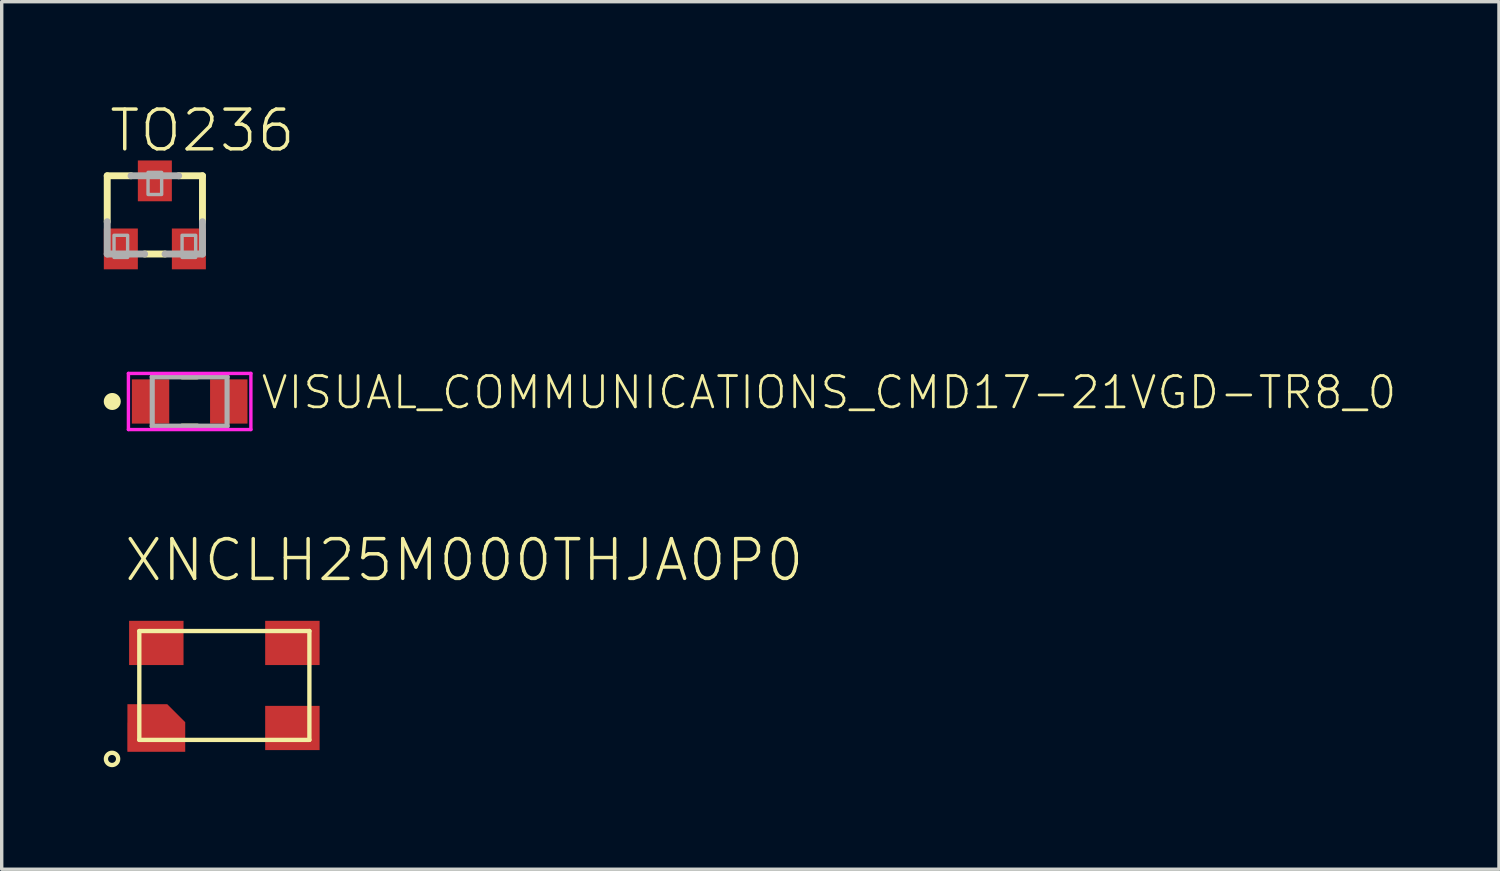
<source format=kicad_pcb>
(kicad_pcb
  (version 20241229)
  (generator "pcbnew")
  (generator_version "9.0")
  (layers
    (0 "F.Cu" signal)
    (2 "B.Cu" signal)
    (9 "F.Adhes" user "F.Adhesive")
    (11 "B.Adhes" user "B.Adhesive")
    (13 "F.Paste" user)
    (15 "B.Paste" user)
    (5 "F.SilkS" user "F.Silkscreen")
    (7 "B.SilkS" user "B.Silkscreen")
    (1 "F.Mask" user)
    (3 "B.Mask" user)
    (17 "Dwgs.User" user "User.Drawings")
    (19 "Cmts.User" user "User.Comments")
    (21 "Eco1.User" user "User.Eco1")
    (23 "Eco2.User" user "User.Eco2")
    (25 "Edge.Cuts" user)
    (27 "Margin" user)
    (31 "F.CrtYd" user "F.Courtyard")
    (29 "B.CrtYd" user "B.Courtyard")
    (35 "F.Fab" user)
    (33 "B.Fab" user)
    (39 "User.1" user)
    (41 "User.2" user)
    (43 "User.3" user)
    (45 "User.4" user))
  (footprint "XNCLH25M000THJA0P0"
    (layer "F.Cu")
    (at 3.545 17.1)
    (property "Reference" "XNCLH25M000THJA0P0" (at -3 -3 0) (unlocked yes) (layer "F.SilkS") (effects (font (size 1.168 1.168) (thickness 0.102)) (justify left bottom)))
    (fp_poly (pts (xy -1.15 1.079) (xy -1.15 1.95) (xy -2.85 1.95) (xy -2.85 0.55) (xy -1.679 0.55)) (stroke (width 0) (type default)) (fill yes) (layer "F.Cu"))
    (fp_line (start -2.5 -1.6) (end -2.5 1.6) (stroke (width 0.127) (type solid)) (layer "F.SilkS"))
    (fp_line (start -2.5 1.6) (end 2.5 1.6) (stroke (width 0.127) (type solid)) (layer "F.SilkS"))
    (fp_line (start 2.5 -1.6) (end -2.5 -1.6) (stroke (width 0.127) (type solid)) (layer "F.SilkS"))
    (fp_line (start 2.5 1.6) (end 2.5 -1.6) (stroke (width 0.127) (type solid)) (layer "F.SilkS"))
    (fp_circle (center -3.302 2.159) (end -3.122 2.159) (stroke (width 0.127) (type solid)) (fill no) (layer "F.SilkS"))
    (pad "P$1" smd rect (at -2 -1.25) (size 1.6 1.3) (layers "F.Cu" "F.Mask" "F.Paste"))
    (pad "P$2" smd rect (at 2 -1.25) (size 1.6 1.3) (layers "F.Cu" "F.Mask" "F.Paste"))
    (pad "P$3" smd rect (at 2 1.25) (size 1.6 1.3) (layers "F.Cu" "F.Mask" "F.Paste"))
    (pad "P$4" smd rect (at -2 1.5) (size 1.676 0.813) (layers "F.Cu" "F.Mask" "F.Paste")))
  (footprint "VISUAL_COMMUNICATIONS_CMD17-21VGD-TR8_0"
    (layer "F.Cu")
    (at 2.525 8.752)
    (property "Reference" "VISUAL_COMMUNICATIONS_CMD17-21VGD-TR8_0" (at 2.05 0.275 0) (unlocked yes) (layer "F.SilkS") (effects (font (size 0.92 0.92) (thickness 0.08)) (justify left bottom)))
    (fp_line (start -0.225 -0.725) (end 0.225 -0.725) (stroke (width 0.15) (type solid)) (layer "F.SilkS"))
    (fp_line (start -0.225 0.725) (end 0.225 0.725) (stroke (width 0.15) (type solid)) (layer "F.SilkS"))
    (fp_circle (center -2.275 0) (end -2.15 0) (stroke (width 0.25) (type solid)) (fill yes) (layer "F.SilkS"))
    (fp_line (start -1.8 -0.825) (end 1.8 -0.825) (stroke (width 0.1) (type solid)) (layer "F.CrtYd"))
    (fp_line (start -1.8 0.825) (end -1.8 -0.825) (stroke (width 0.1) (type solid)) (layer "F.CrtYd"))
    (fp_line (start 1.8 -0.825) (end 1.8 0.825) (stroke (width 0.1) (type solid)) (layer "F.CrtYd"))
    (fp_line (start 1.8 0.825) (end -1.8 0.825) (stroke (width 0.1) (type solid)) (layer "F.CrtYd"))
    (fp_line (start -1.1 -0.725) (end 1.1 -0.725) (stroke (width 0.15) (type solid)) (layer "F.Fab"))
    (fp_line (start -1.1 0.725) (end -1.1 -0.725) (stroke (width 0.15) (type solid)) (layer "F.Fab"))
    (fp_line (start 1.1 -0.725) (end 1.1 0.725) (stroke (width 0.15) (type solid)) (layer "F.Fab"))
    (fp_line (start 1.1 0.725) (end -1.1 0.725) (stroke (width 0.15) (type solid)) (layer "F.Fab"))
    (pad "1" smd rect (at -1.15 0) (size 1.1 1.3) (layers "F.Cu" "F.Mask" "F.Paste"))
    (pad "2" smd rect (at 1.15 0) (size 1.1 1.3) (layers "F.Cu" "F.Mask" "F.Paste")))
  (footprint "TO236"
    (layer "F.Cu")
    (at 1.502 3.267)
    (property "Reference" "TO236" (at -1.397 -1.794 0) (unlocked yes) (layer "F.SilkS") (effects (font (size 1.168 1.168) (thickness 0.102)) (justify left bottom)))
    (fp_line (start -1.4 -1.15) (end -1.4 0.2) (stroke (width 0.203) (type solid)) (layer "F.SilkS"))
    (fp_line (start -1.4 -1.15) (end -0.7 -1.15) (stroke (width 0.203) (type solid)) (layer "F.SilkS"))
    (fp_line (start -0.3 1.15) (end 0.3 1.15) (stroke (width 0.203) (type solid)) (layer "F.SilkS"))
    (fp_line (start 1.4 -1.15) (end 0.7 -1.15) (stroke (width 0.203) (type solid)) (layer "F.SilkS"))
    (fp_line (start 1.4 0.2) (end 1.4 -1.15) (stroke (width 0.203) (type solid)) (layer "F.SilkS"))
    (fp_line (start -1.4 0.2) (end -1.4 1.15) (stroke (width 0.203) (type solid)) (layer "F.Fab"))
    (fp_line (start -1.4 1.15) (end -0.3 1.15) (stroke (width 0.203) (type solid)) (layer "F.Fab"))
    (fp_line (start -0.7 -1.15) (end 0.7 -1.15) (stroke (width 0.203) (type solid)) (layer "F.Fab"))
    (fp_line (start 0.3 1.15) (end 1.4 1.15) (stroke (width 0.203) (type solid)) (layer "F.Fab"))
    (fp_line (start 1.4 1.15) (end 1.4 0.2) (stroke (width 0.203) (type solid)) (layer "F.Fab"))
    (fp_poly (pts (xy -1.2 1.25) (xy -0.8 1.25) (xy -0.8 0.6) (xy -1.2 0.6)) (stroke (width 0.1) (type default)) (fill no) (layer "F.Fab"))
    (fp_poly (pts (xy -0.2 -0.6) (xy 0.2 -0.6) (xy 0.2 -1.25) (xy -0.2 -1.25)) (stroke (width 0.1) (type default)) (fill no) (layer "F.Fab"))
    (fp_poly (pts (xy 0.8 1.25) (xy 1.2 1.25) (xy 1.2 0.6) (xy 0.8 0.6)) (stroke (width 0.1) (type default)) (fill no) (layer "F.Fab"))
    (pad "A" smd rect (at -1 1) (size 1 1.2) (layers "F.Cu" "F.Mask" "F.Paste"))
    (pad "C" smd rect (at 0 -1) (size 1 1.2) (layers "F.Cu" "F.Mask" "F.Paste"))
    (pad "NC" smd rect (at 1 1) (size 1 1.2) (layers "F.Cu" "F.Mask" "F.Paste")))
  (gr_rect
    (start -3 -3)
    (end 41.014 22.503)
    (stroke (width 0.1) (type default))
    (fill no)
    (layer "Edge.Cuts")))
</source>
